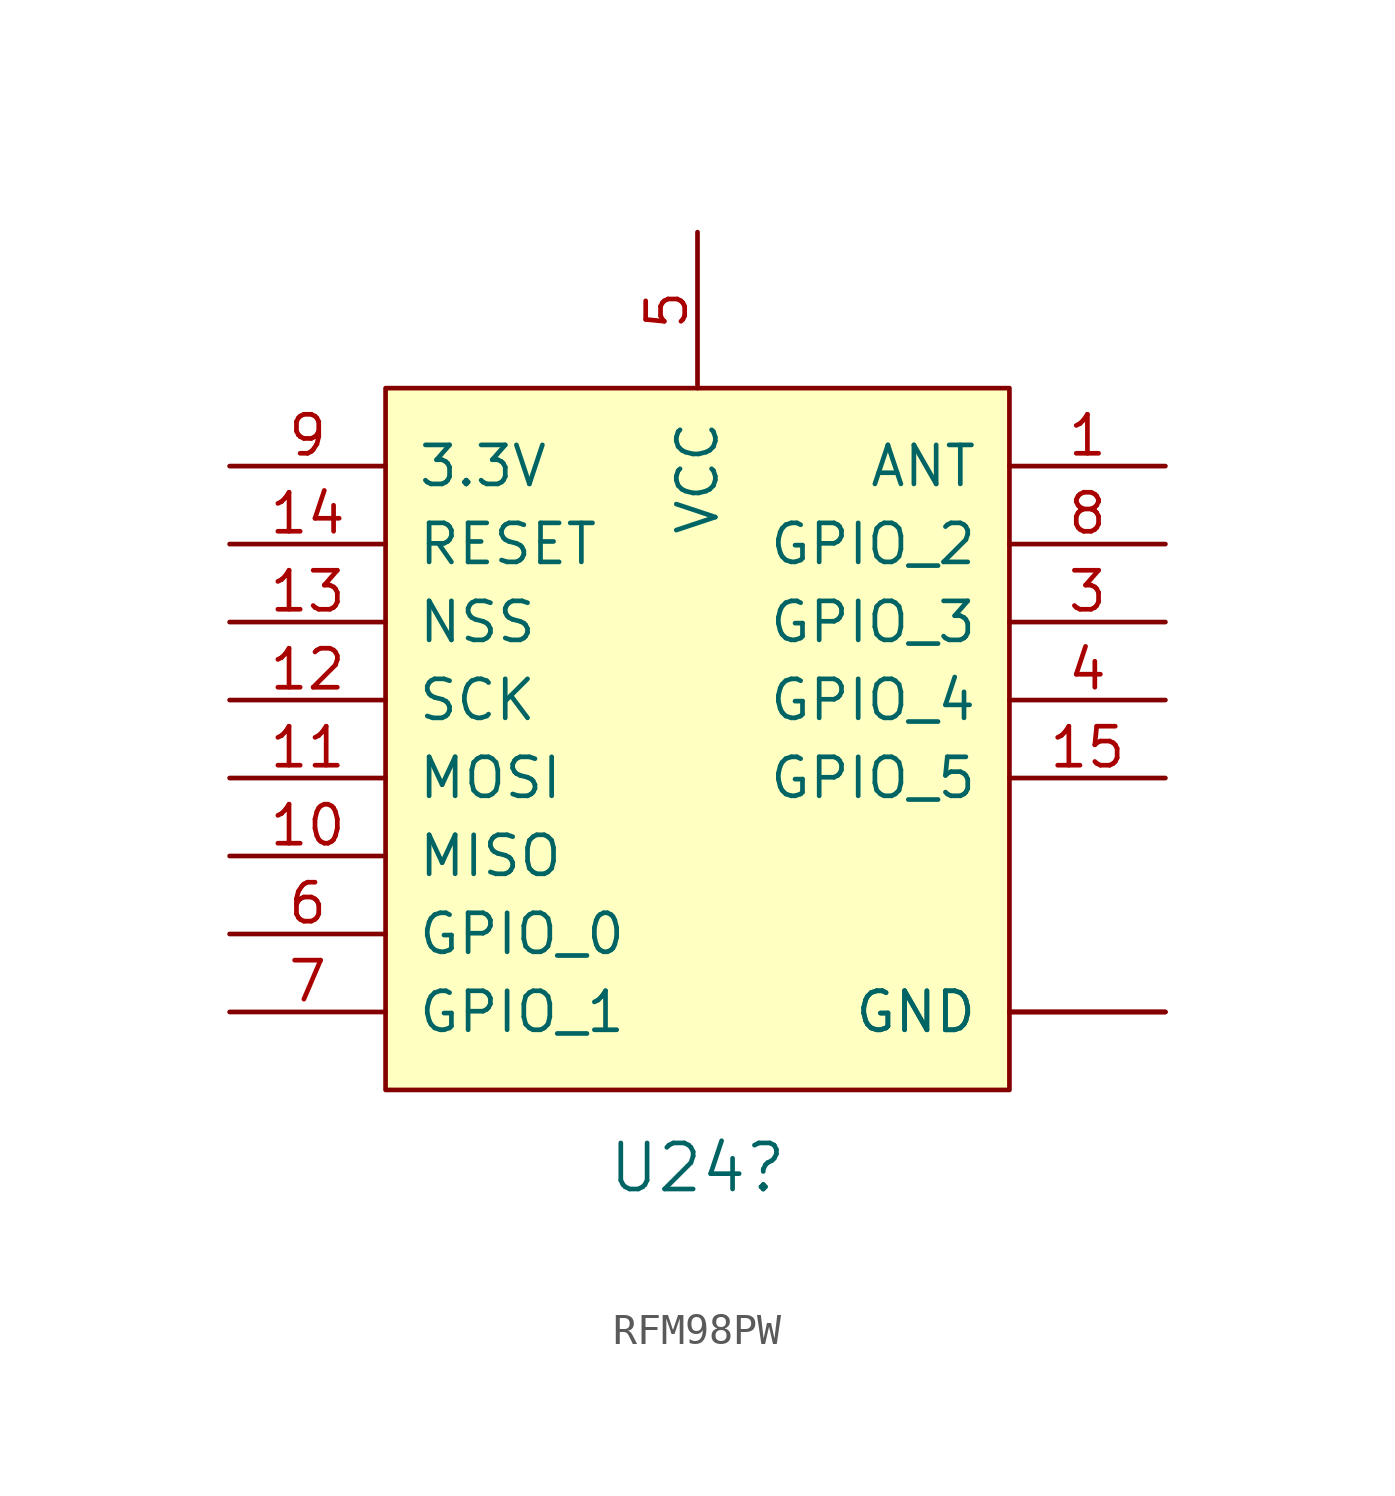
<source format=kicad_sym>
(kicad_symbol_lib
  (version 20220914)
  (generator kicad_symbol_editor)
  (symbol "RFM98PW"
    (pin_names
      (offset 1.016))
    (property "Reference" "U24"
      (at 2.54 -15.24 0)
      (effects (font (size 1.499 1.499))))
    (symbol "RFM98PW_0_0"
      (pin bidirectional line (at 17.78 -10.16 180) (length 5.08) hide (name "GND" (effects (font (size 1.27 1.27)))) (number "17" (effects (font (size 1.27 1.27)))))
      (pin bidirectional line (at 2.54 15.24 270) (length 5.08) (name "VCC" (effects (font (size 1.27 1.27)))) (number "5" (effects (font (size 1.27 1.27))))))
    (symbol "RFM98PW_1_0"
      (pin bidirectional line (at 17.78 7.62 180) (length 5.08) (name "ANT" (effects (font (size 1.27 1.27)))) (number "1" (effects (font (size 1.27 1.27)))))
      (pin bidirectional line (at -12.7 -5.08 0) (length 5.08) (name "MISO" (effects (font (size 1.27 1.27)))) (number "10" (effects (font (size 1.27 1.27)))))
      (pin bidirectional line (at -12.7 -2.54 0) (length 5.08) (name "MOSI" (effects (font (size 1.27 1.27)))) (number "11" (effects (font (size 1.27 1.27)))))
      (pin bidirectional line (at -12.7 0 0) (length 5.08) (name "SCK" (effects (font (size 1.27 1.27)))) (number "12" (effects (font (size 1.27 1.27)))))
      (pin bidirectional line (at -12.7 2.54 0) (length 5.08) (name "NSS" (effects (font (size 1.27 1.27)))) (number "13" (effects (font (size 1.27 1.27)))))
      (pin bidirectional line (at -12.7 5.08 0) (length 5.08) (name "RESET" (effects (font (size 1.27 1.27)))) (number "14" (effects (font (size 1.27 1.27)))))
      (pin bidirectional line (at 17.78 -2.54 180) (length 5.08) (name "GPIO_5" (effects (font (size 1.27 1.27)))) (number "15" (effects (font (size 1.27 1.27)))))
      (pin bidirectional line (at 17.78 -10.16 180) (length 5.08) (name "GND" (effects (font (size 1.27 1.27)))) (number "16" (effects (font (size 0 0)))))
      (pin bidirectional line (at 17.78 -10.16 180) (length 5.08) (name "GND" (effects (font (size 1.27 1.27)))) (number "2" (effects (font (size 0 0)))))
      (pin bidirectional line (at 17.78 2.54 180) (length 5.08) (name "GPIO_3" (effects (font (size 1.27 1.27)))) (number "3" (effects (font (size 1.27 1.27)))))
      (pin bidirectional line (at 17.78 0 180) (length 5.08) (name "GPIO_4" (effects (font (size 1.27 1.27)))) (number "4" (effects (font (size 1.27 1.27)))))
      (pin bidirectional line (at -12.7 -7.62 0) (length 5.08) (name "GPIO_0" (effects (font (size 1.27 1.27)))) (number "6" (effects (font (size 1.27 1.27)))))
      (pin bidirectional line (at -12.7 -10.16 0) (length 5.08) (name "GPIO_1" (effects (font (size 1.27 1.27)))) (number "7" (effects (font (size 1.27 1.27)))))
      (pin bidirectional line (at 17.78 5.08 180) (length 5.08) (name "GPIO_2" (effects (font (size 1.27 1.27)))) (number "8" (effects (font (size 1.27 1.27)))))
      (pin power_in line (at -12.7 7.62 0) (length 5.08) (name "3.3V" (effects (font (size 1.27 1.27)))) (number "9" (effects (font (size 1.27 1.27))))))
    (symbol "RFM98PW_1_1"
      (rectangle (start -7.62 10.16) (end 12.7 -12.7) (stroke (width 0) (type default)) (fill (type background))))))
</source>
